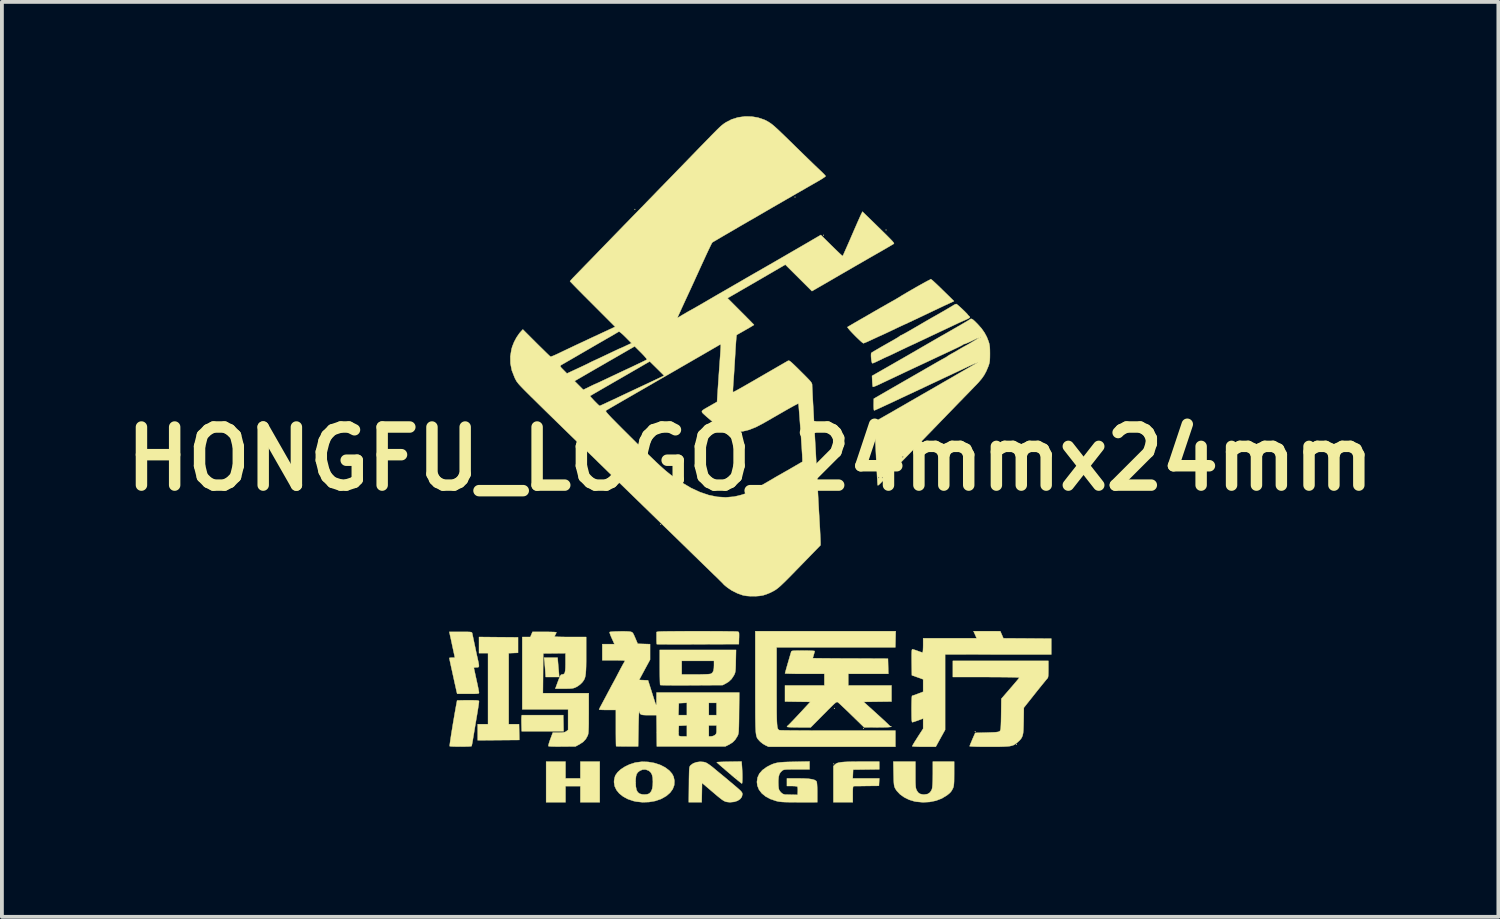
<source format=kicad_pcb>
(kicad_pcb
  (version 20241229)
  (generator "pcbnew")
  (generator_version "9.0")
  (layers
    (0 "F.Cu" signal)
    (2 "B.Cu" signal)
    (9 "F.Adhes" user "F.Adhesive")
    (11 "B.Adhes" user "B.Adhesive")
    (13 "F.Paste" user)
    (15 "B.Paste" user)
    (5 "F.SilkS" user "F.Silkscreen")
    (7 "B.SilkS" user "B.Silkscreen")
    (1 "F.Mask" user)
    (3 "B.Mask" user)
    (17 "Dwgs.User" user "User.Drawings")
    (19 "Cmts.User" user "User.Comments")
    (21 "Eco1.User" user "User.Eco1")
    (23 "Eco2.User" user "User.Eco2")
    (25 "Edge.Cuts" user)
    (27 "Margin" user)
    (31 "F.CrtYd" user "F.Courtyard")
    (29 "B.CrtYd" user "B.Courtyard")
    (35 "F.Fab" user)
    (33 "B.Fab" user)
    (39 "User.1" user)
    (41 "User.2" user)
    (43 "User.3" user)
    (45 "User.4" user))
  (footprint "HONGFU_LOGO_24mmx24mm"
    (layer "F.Cu")
    (at 16.626 8.985)
    (property "Reference" "HONGFU_LOGO_24mmx24mm" (at 0 0 0) (layer "F.SilkS") (effects (font (size 1.524 1.524) (thickness 0.3))))
    (attr through_hole)
    (fp_poly (pts (xy -3.014 -6.545) (xy -3.023 -6.536) (xy -3.031 -6.545) (xy -3.023 -6.553) (xy -3.014 -6.545)) (stroke (width 0.01) (type solid)) (fill yes) (layer "F.SilkS"))
    (fp_poly (pts (xy -2.337 1.719) (xy -2.345 1.727) (xy -2.354 1.719) (xy -2.345 1.71) (xy -2.337 1.719)) (stroke (width 0.01) (type solid)) (fill yes) (layer "F.SilkS"))
    (fp_poly (pts (xy 1.185 -6.866) (xy 1.177 -6.858) (xy 1.168 -6.866) (xy 1.177 -6.875) (xy 1.185 -6.866)) (stroke (width 0.01) (type solid)) (fill yes) (layer "F.SilkS"))
    (fp_poly (pts (xy 1.93 -5.867) (xy 1.922 -5.859) (xy 1.913 -5.867) (xy 1.922 -5.876) (xy 1.93 -5.867)) (stroke (width 0.01) (type solid)) (fill yes) (layer "F.SilkS"))
    (fp_poly (pts (xy 2.201 8.001) (xy 2.193 8.009) (xy 2.184 8.001) (xy 2.193 7.993) (xy 2.201 8.001)) (stroke (width 0.01) (type solid)) (fill yes) (layer "F.SilkS"))
    (fp_poly (pts (xy 2.218 6.545) (xy 2.21 6.553) (xy 2.201 6.545) (xy 2.21 6.536) (xy 2.218 6.545)) (stroke (width 0.01) (type solid)) (fill yes) (layer "F.SilkS"))
    (fp_poly (pts (xy 2.98 7.07) (xy 2.972 7.078) (xy 2.963 7.07) (xy 2.972 7.061) (xy 2.98 7.07)) (stroke (width 0.01) (type solid)) (fill yes) (layer "F.SilkS"))
    (fp_poly (pts (xy 3.573 -6.003) (xy 3.564 -5.994) (xy 3.556 -6.003) (xy 3.564 -6.011) (xy 3.573 -6.003)) (stroke (width 0.01) (type solid)) (fill yes) (layer "F.SilkS"))
    (fp_poly (pts (xy 5.91 7.154) (xy 5.901 7.163) (xy 5.893 7.154) (xy 5.901 7.146) (xy 5.91 7.154)) (stroke (width 0.01) (type solid)) (fill yes) (layer "F.SilkS"))
    (fp_poly (pts (xy 6.993 7.493) (xy 6.985 7.501) (xy 6.977 7.493) (xy 6.985 7.485) (xy 6.993 7.493)) (stroke (width 0.01) (type solid)) (fill yes) (layer "F.SilkS"))
    (fp_poly (pts (xy -4.843 8.382) (xy -4.453 8.382) (xy -4.453 7.942) (xy -3.945 7.942) (xy -3.945 9.009) (xy -4.453 9.009) (xy -4.453 8.585) (xy -4.843 8.585) (xy -4.843 9.009) (xy -5.351 9.009) (xy -5.351 7.942) (xy -4.843 7.942) (xy -4.843 8.382)) (stroke (width 0.01) (type solid)) (fill yes) (layer "F.SilkS"))
    (fp_poly (pts (xy -5.04 5.342) (xy -5.033 5.43) (xy -5.024 5.527) (xy -5.018 5.596) (xy -5.008 5.723) (xy -5.363 5.723) (xy -5.374 5.558) (xy -5.38 5.475) (xy -5.387 5.392) (xy -5.393 5.325) (xy -5.396 5.304) (xy -5.406 5.215) (xy -5.051 5.215) (xy -5.04 5.342)) (stroke (width 0.01) (type solid)) (fill yes) (layer "F.SilkS"))
    (fp_poly (pts (xy -5.629 6.722) (xy -5.502 6.722) (xy -5.436 6.722) (xy -4.902 6.722) (xy -4.897 6.934) (xy -4.893 7.146) (xy -5.992 7.146) (xy -5.998 6.934) (xy -5.999 6.839) (xy -5.997 6.771) (xy -5.991 6.731) (xy -5.986 6.722) (xy -5.965 6.722) (xy -5.915 6.722) (xy -5.84 6.722) (xy -5.743 6.722) (xy -5.629 6.722)) (stroke (width 0.01) (type solid)) (fill yes) (layer "F.SilkS"))
    (fp_poly (pts (xy -6.6 4.678) (xy -6.088 4.682) (xy -6.088 5.088) (xy -6.21 5.093) (xy -6.333 5.098) (xy -6.333 6.96) (xy -6.062 6.96) (xy -6.059 7.104) (xy -6.058 7.179) (xy -6.056 7.25) (xy -6.055 7.303) (xy -6.055 7.311) (xy -6.054 7.374) (xy -7.146 7.383) (xy -7.146 6.96) (xy -6.875 6.96) (xy -6.875 5.097) (xy -7.112 5.097) (xy -7.112 4.673) (xy -6.6 4.678)) (stroke (width 0.01) (type solid)) (fill yes) (layer "F.SilkS"))
    (fp_poly (pts (xy 3.387 8.144) (xy 2.701 8.153) (xy 2.691 8.382) (xy 3.388 8.382) (xy 3.383 8.479) (xy 3.378 8.577) (xy 3.065 8.58) (xy 2.964 8.582) (xy 2.873 8.583) (xy 2.798 8.584) (xy 2.746 8.584) (xy 2.722 8.585) (xy 2.71 8.588) (xy 2.701 8.601) (xy 2.696 8.629) (xy 2.693 8.678) (xy 2.692 8.752) (xy 2.692 8.797) (xy 2.692 9.009) (xy 2.184 9.009) (xy 2.184 8.059) (xy 2.224 8.019) (xy 2.25 7.998) (xy 2.283 7.981) (xy 2.328 7.968) (xy 2.388 7.958) (xy 2.467 7.951) (xy 2.567 7.946) (xy 2.692 7.943) (xy 2.847 7.942) (xy 2.913 7.942) (xy 3.387 7.942) (xy 3.387 8.144)) (stroke (width 0.01) (type solid)) (fill yes) (layer "F.SilkS"))
    (fp_poly (pts (xy -0.214 8.08) (xy -0.209 8.173) (xy -0.205 8.265) (xy -0.204 8.351) (xy -0.205 8.425) (xy -0.208 8.481) (xy -0.213 8.513) (xy -0.217 8.517) (xy -0.233 8.507) (xy -0.271 8.477) (xy -0.328 8.431) (xy -0.399 8.372) (xy -0.418 8.357) (xy -0.373 8.357) (xy -0.364 8.365) (xy -0.356 8.357) (xy -0.364 8.348) (xy -0.373 8.357) (xy -0.418 8.357) (xy -0.482 8.303) (xy -0.551 8.244) (xy -0.64 8.168) (xy -0.719 8.1) (xy -0.786 8.042) (xy -0.837 7.997) (xy -0.868 7.968) (xy -0.877 7.959) (xy -0.862 7.956) (xy -0.819 7.952) (xy -0.751 7.949) (xy -0.666 7.946) (xy -0.566 7.944) (xy -0.553 7.944) (xy -0.225 7.939) (xy -0.214 8.08)) (stroke (width 0.01) (type solid)) (fill yes) (layer "F.SilkS"))
    (fp_poly (pts (xy -1.224 4.522) (xy -1.063 4.522) (xy -0.909 4.523) (xy -0.765 4.523) (xy -0.635 4.525) (xy -0.523 4.526) (xy -0.433 4.527) (xy -0.367 4.529) (xy -0.331 4.531) (xy -0.325 4.532) (xy -0.307 4.539) (xy -0.296 4.551) (xy -0.291 4.576) (xy -0.29 4.621) (xy -0.291 4.692) (xy -0.292 4.701) (xy -0.296 4.86) (xy -1.369 4.864) (xy -1.556 4.865) (xy -1.733 4.865) (xy -1.897 4.865) (xy -2.046 4.865) (xy -2.175 4.865) (xy -2.283 4.864) (xy -2.366 4.864) (xy -2.422 4.863) (xy -2.447 4.862) (xy -2.448 4.861) (xy -2.451 4.842) (xy -2.454 4.797) (xy -2.455 4.735) (xy -2.455 4.698) (xy -2.455 4.542) (xy -2.402 4.532) (xy -2.375 4.53) (xy -2.318 4.528) (xy -2.234 4.526) (xy -2.128 4.525) (xy -2.004 4.524) (xy -1.863 4.523) (xy -1.712 4.522) (xy -1.552 4.522) (xy -1.389 4.522) (xy -1.224 4.522)) (stroke (width 0.01) (type solid)) (fill yes) (layer "F.SilkS"))
    (fp_poly (pts (xy -0.376 5.304) (xy -0.378 5.411) (xy -0.381 5.491) (xy -0.385 5.549) (xy -0.391 5.591) (xy -0.4 5.625) (xy -0.413 5.655) (xy -0.426 5.681) (xy -0.488 5.775) (xy -0.564 5.847) (xy -0.643 5.895) (xy -0.72 5.935) (xy -1.533 5.94) (xy -1.696 5.941) (xy -1.848 5.941) (xy -1.987 5.941) (xy -2.109 5.94) (xy -2.21 5.939) (xy -2.288 5.937) (xy -2.338 5.935) (xy -2.359 5.933) (xy -2.359 5.933) (xy -2.362 5.914) (xy -2.365 5.865) (xy -2.367 5.791) (xy -2.369 5.697) (xy -2.37 5.588) (xy -2.371 5.467) (xy -2.371 5.3) (xy -1.795 5.3) (xy -1.795 5.656) (xy -1.432 5.656) (xy -1.295 5.655) (xy -1.183 5.652) (xy -1.099 5.648) (xy -1.045 5.642) (xy -1.027 5.637) (xy -0.989 5.609) (xy -0.964 5.562) (xy -0.951 5.493) (xy -0.948 5.418) (xy -0.948 5.3) (xy -1.795 5.3) (xy -2.371 5.3) (xy -2.371 5.012) (xy -0.37 5.012) (xy -0.376 5.304)) (stroke (width 0.01) (type solid)) (fill yes) (layer "F.SilkS"))
    (fp_poly (pts (xy -7.295 6.333) (xy -7.219 6.334) (xy -7.168 6.336) (xy -7.136 6.34) (xy -7.12 6.347) (xy -7.113 6.356) (xy -7.112 6.369) (xy -7.115 6.395) (xy -7.122 6.449) (xy -7.134 6.527) (xy -7.149 6.623) (xy -7.167 6.732) (xy -7.181 6.813) (xy -7.202 6.937) (xy -7.222 7.059) (xy -7.241 7.173) (xy -7.257 7.271) (xy -7.27 7.345) (xy -7.274 7.373) (xy -7.286 7.441) (xy -7.297 7.496) (xy -7.305 7.53) (xy -7.307 7.536) (xy -7.326 7.54) (xy -7.372 7.544) (xy -7.438 7.547) (xy -7.517 7.548) (xy -7.603 7.549) (xy -7.687 7.548) (xy -7.765 7.547) (xy -7.827 7.544) (xy -7.869 7.54) (xy -7.882 7.536) (xy -7.881 7.517) (xy -7.875 7.469) (xy -7.865 7.396) (xy -7.851 7.304) (xy -7.835 7.196) (xy -7.815 7.077) (xy -7.795 6.951) (xy -7.773 6.824) (xy -7.752 6.699) (xy -7.731 6.581) (xy -7.713 6.479) (xy -7.701 6.416) (xy -7.692 6.368) (xy -7.688 6.342) (xy -7.688 6.34) (xy -7.672 6.337) (xy -7.627 6.336) (xy -7.56 6.334) (xy -7.475 6.333) (xy -7.4 6.333) (xy -7.295 6.333)) (stroke (width 0.01) (type solid)) (fill yes) (layer "F.SilkS"))
    (fp_poly (pts (xy -1.217 7.952) (xy -1.167 7.965) (xy -1.129 7.985) (xy -1.074 8.021) (xy -1.009 8.069) (xy -0.956 8.112) (xy -0.89 8.167) (xy -0.828 8.219) (xy -0.778 8.26) (xy -0.752 8.28) (xy -0.723 8.305) (xy -0.672 8.347) (xy -0.606 8.402) (xy -0.53 8.466) (xy -0.451 8.532) (xy -0.365 8.605) (xy -0.301 8.661) (xy -0.256 8.702) (xy -0.228 8.733) (xy -0.212 8.757) (xy -0.205 8.778) (xy -0.203 8.797) (xy -0.219 8.866) (xy -0.263 8.924) (xy -0.331 8.969) (xy -0.417 8.997) (xy -0.518 9.007) (xy -0.548 9.006) (xy -0.589 9.002) (xy -0.624 8.997) (xy -0.659 8.986) (xy -0.696 8.967) (xy -0.74 8.938) (xy -0.794 8.897) (xy -0.864 8.84) (xy -0.952 8.765) (xy -1.024 8.704) (xy -1.262 8.501) (xy -1.266 8.755) (xy -1.271 9.009) (xy -1.61 9.009) (xy -1.605 8.544) (xy -1.604 8.407) (xy -1.602 8.299) (xy -1.6 8.217) (xy -1.598 8.157) (xy -1.594 8.114) (xy -1.589 8.085) (xy -1.581 8.065) (xy -1.572 8.051) (xy -1.56 8.037) (xy -1.56 8.037) (xy -1.494 7.989) (xy -1.409 7.958) (xy -1.313 7.945) (xy -1.217 7.952)) (stroke (width 0.01) (type solid)) (fill yes) (layer "F.SilkS"))
    (fp_poly (pts (xy 4.335 8.284) (xy 4.335 8.402) (xy 4.336 8.491) (xy 4.339 8.558) (xy 4.343 8.607) (xy 4.349 8.643) (xy 4.359 8.672) (xy 4.369 8.696) (xy 4.407 8.754) (xy 4.457 8.788) (xy 4.527 8.804) (xy 4.571 8.805) (xy 4.655 8.792) (xy 4.718 8.751) (xy 4.761 8.684) (xy 4.773 8.646) (xy 4.779 8.603) (xy 4.785 8.534) (xy 4.789 8.444) (xy 4.791 8.341) (xy 4.792 8.256) (xy 4.792 7.942) (xy 5.351 7.942) (xy 5.351 8.259) (xy 5.35 8.374) (xy 5.349 8.46) (xy 5.345 8.524) (xy 5.34 8.57) (xy 5.333 8.605) (xy 5.323 8.634) (xy 5.318 8.644) (xy 5.29 8.698) (xy 5.261 8.739) (xy 5.224 8.776) (xy 5.168 8.821) (xy 5.16 8.827) (xy 5.027 8.908) (xy 4.875 8.966) (xy 4.708 9) (xy 4.533 9.009) (xy 4.356 8.993) (xy 4.305 8.983) (xy 4.168 8.941) (xy 4.041 8.878) (xy 3.931 8.799) (xy 3.845 8.708) (xy 3.805 8.646) (xy 3.792 8.618) (xy 3.782 8.588) (xy 3.775 8.55) (xy 3.77 8.498) (xy 3.766 8.428) (xy 3.764 8.332) (xy 3.762 8.259) (xy 3.756 7.942) (xy 4.335 7.942) (xy 4.335 8.284)) (stroke (width 0.01) (type solid)) (fill yes) (layer "F.SilkS"))
    (fp_poly (pts (xy 3.813 4.733) (xy 3.808 4.945) (xy 0.694 4.945) (xy 0.694 5.978) (xy 0.694 6.199) (xy 0.695 6.389) (xy 0.695 6.55) (xy 0.696 6.684) (xy 0.698 6.795) (xy 0.701 6.884) (xy 0.705 6.954) (xy 0.71 7.007) (xy 0.716 7.046) (xy 0.724 7.074) (xy 0.734 7.093) (xy 0.745 7.105) (xy 0.759 7.113) (xy 0.771 7.118) (xy 0.792 7.12) (xy 0.844 7.121) (xy 0.925 7.123) (xy 1.032 7.124) (xy 1.164 7.125) (xy 1.317 7.126) (xy 1.489 7.127) (xy 1.678 7.128) (xy 1.881 7.129) (xy 2.095 7.129) (xy 2.304 7.129) (xy 3.81 7.129) (xy 3.81 7.552) (xy 2.146 7.552) (xy 0.483 7.552) (xy 0.398 7.512) (xy 0.335 7.475) (xy 0.272 7.425) (xy 0.25 7.403) (xy 0.23 7.381) (xy 0.212 7.361) (xy 0.196 7.342) (xy 0.183 7.32) (xy 0.172 7.294) (xy 0.163 7.261) (xy 0.155 7.219) (xy 0.149 7.166) (xy 0.145 7.099) (xy 0.141 7.016) (xy 0.139 6.915) (xy 0.137 6.793) (xy 0.136 6.648) (xy 0.136 6.478) (xy 0.135 6.28) (xy 0.135 6.053) (xy 0.135 5.865) (xy 0.135 4.521) (xy 1.977 4.521) (xy 3.818 4.521) (xy 3.813 4.733)) (stroke (width 0.01) (type solid)) (fill yes) (layer "F.SilkS"))
    (fp_poly (pts (xy -2.677 7.95) (xy -2.518 7.977) (xy -2.367 8.025) (xy -2.233 8.092) (xy -2.121 8.176) (xy -2.117 8.181) (xy -2.049 8.258) (xy -2.008 8.337) (xy -1.988 8.431) (xy -1.986 8.45) (xy -1.992 8.56) (xy -2.031 8.663) (xy -2.1 8.758) (xy -2.198 8.843) (xy -2.324 8.915) (xy -2.34 8.923) (xy -2.488 8.974) (xy -2.651 9.002) (xy -2.822 9.008) (xy -2.989 8.99) (xy -3.062 8.974) (xy -3.207 8.925) (xy -3.331 8.858) (xy -3.432 8.778) (xy -3.507 8.686) (xy -3.554 8.585) (xy -3.569 8.484) (xy -3.004 8.484) (xy -2.998 8.599) (xy -2.98 8.686) (xy -2.947 8.746) (xy -2.898 8.784) (xy -2.829 8.802) (xy -2.776 8.805) (xy -2.705 8.8) (xy -2.656 8.784) (xy -2.637 8.771) (xy -2.596 8.724) (xy -2.569 8.656) (xy -2.554 8.562) (xy -2.551 8.467) (xy -2.556 8.363) (xy -2.574 8.286) (xy -2.605 8.228) (xy -2.652 8.185) (xy -2.664 8.178) (xy -2.742 8.149) (xy -2.823 8.152) (xy -2.897 8.184) (xy -2.943 8.221) (xy -2.975 8.265) (xy -2.993 8.323) (xy -3.002 8.402) (xy -3.004 8.484) (xy -3.569 8.484) (xy -3.57 8.477) (xy -3.567 8.431) (xy -3.556 8.371) (xy -3.539 8.315) (xy -3.532 8.3) (xy -3.474 8.219) (xy -3.389 8.142) (xy -3.282 8.073) (xy -3.161 8.015) (xy -3.031 7.973) (xy -2.997 7.965) (xy -2.839 7.945) (xy -2.677 7.95)) (stroke (width 0.01) (type solid)) (fill yes) (layer "F.SilkS"))
    (fp_poly (pts (xy -7.489 4.538) (xy -7.411 4.539) (xy -7.358 4.541) (xy -7.324 4.545) (xy -7.305 4.551) (xy -7.295 4.561) (xy -7.291 4.574) (xy -7.29 4.576) (xy -7.284 4.606) (xy -7.272 4.662) (xy -7.256 4.737) (xy -7.238 4.824) (xy -7.23 4.86) (xy -7.208 4.963) (xy -7.186 5.069) (xy -7.165 5.167) (xy -7.147 5.245) (xy -7.145 5.255) (xy -7.126 5.342) (xy -7.116 5.402) (xy -7.114 5.439) (xy -7.123 5.46) (xy -7.142 5.468) (xy -7.173 5.469) (xy -7.18 5.469) (xy -7.222 5.472) (xy -7.246 5.477) (xy -7.247 5.479) (xy -7.244 5.497) (xy -7.234 5.544) (xy -7.219 5.612) (xy -7.201 5.698) (xy -7.18 5.793) (xy -7.158 5.892) (xy -7.139 5.982) (xy -7.125 6.055) (xy -7.115 6.107) (xy -7.112 6.131) (xy -7.114 6.143) (xy -7.122 6.152) (xy -7.142 6.157) (xy -7.179 6.161) (xy -7.236 6.163) (xy -7.319 6.164) (xy -7.398 6.164) (xy -7.684 6.164) (xy -7.694 6.122) (xy -7.702 6.092) (xy -7.714 6.035) (xy -7.731 5.959) (xy -7.752 5.867) (xy -7.774 5.766) (xy -7.797 5.66) (xy -7.82 5.555) (xy -7.842 5.456) (xy -7.861 5.368) (xy -7.876 5.297) (xy -7.886 5.247) (xy -7.891 5.225) (xy -7.891 5.224) (xy -7.876 5.219) (xy -7.838 5.216) (xy -7.817 5.215) (xy -7.744 5.215) (xy -7.809 4.915) (xy -7.83 4.816) (xy -7.849 4.726) (xy -7.866 4.652) (xy -7.877 4.6) (xy -7.882 4.576) (xy -7.892 4.538) (xy -7.595 4.538) (xy -7.489 4.538)) (stroke (width 0.01) (type solid)) (fill yes) (layer "F.SilkS"))
    (fp_poly (pts (xy 6.562 4.522) (xy 6.602 4.614) (xy 6.642 4.707) (xy 7.271 4.711) (xy 7.899 4.716) (xy 7.899 5.132) (xy 5.114 5.13) (xy 5.114 7.108) (xy 4.991 7.33) (xy 4.869 7.552) (xy 4.56 7.552) (xy 4.462 7.552) (xy 4.376 7.549) (xy 4.309 7.546) (xy 4.265 7.542) (xy 4.25 7.538) (xy 4.259 7.52) (xy 4.283 7.478) (xy 4.319 7.418) (xy 4.365 7.346) (xy 4.394 7.3) (xy 4.538 7.077) (xy 4.538 6.811) (xy 4.407 6.86) (xy 4.344 6.882) (xy 4.291 6.9) (xy 4.259 6.908) (xy 4.254 6.909) (xy 4.247 6.901) (xy 4.241 6.875) (xy 4.237 6.828) (xy 4.235 6.756) (xy 4.234 6.655) (xy 4.233 6.562) (xy 4.234 6.452) (xy 4.236 6.358) (xy 4.239 6.284) (xy 4.243 6.235) (xy 4.248 6.215) (xy 4.249 6.215) (xy 4.271 6.209) (xy 4.316 6.194) (xy 4.376 6.172) (xy 4.401 6.162) (xy 4.538 6.11) (xy 4.538 5.946) (xy 4.538 5.783) (xy 4.39 5.73) (xy 4.242 5.678) (xy 4.237 5.337) (xy 4.236 5.219) (xy 4.236 5.13) (xy 4.238 5.068) (xy 4.241 5.027) (xy 4.246 5.005) (xy 4.253 4.996) (xy 4.256 4.995) (xy 4.283 5.001) (xy 4.332 5.016) (xy 4.391 5.037) (xy 4.393 5.038) (xy 4.451 5.059) (xy 4.497 5.074) (xy 4.521 5.08) (xy 4.522 5.08) (xy 4.529 5.064) (xy 4.534 5.019) (xy 4.537 4.951) (xy 4.538 4.894) (xy 4.538 4.707) (xy 5.942 4.707) (xy 5.901 4.614) (xy 5.859 4.521) (xy 6.562 4.522)) (stroke (width 0.01) (type solid)) (fill yes) (layer "F.SilkS"))
    (fp_poly (pts (xy 1.558 8.145) (xy 1.221 8.145) (xy 1.106 8.145) (xy 1.019 8.146) (xy 0.956 8.148) (xy 0.912 8.152) (xy 0.882 8.158) (xy 0.861 8.166) (xy 0.843 8.178) (xy 0.84 8.18) (xy 0.796 8.223) (xy 0.766 8.274) (xy 0.748 8.341) (xy 0.74 8.429) (xy 0.739 8.483) (xy 0.742 8.579) (xy 0.75 8.65) (xy 0.761 8.687) (xy 0.804 8.747) (xy 0.857 8.789) (xy 0.909 8.806) (xy 0.911 8.806) (xy 0.949 8.807) (xy 1.01 8.808) (xy 1.081 8.81) (xy 1.101 8.81) (xy 1.245 8.814) (xy 1.25 8.714) (xy 1.25 8.658) (xy 1.245 8.615) (xy 1.239 8.598) (xy 1.215 8.59) (xy 1.167 8.584) (xy 1.104 8.582) (xy 1.094 8.582) (xy 0.965 8.582) (xy 0.965 8.382) (xy 1.258 8.382) (xy 1.409 8.384) (xy 1.529 8.391) (xy 1.62 8.404) (xy 1.686 8.422) (xy 1.727 8.446) (xy 1.744 8.466) (xy 1.75 8.494) (xy 1.755 8.549) (xy 1.759 8.624) (xy 1.761 8.712) (xy 1.761 8.753) (xy 1.761 9.009) (xy 1.283 9.008) (xy 1.137 9.007) (xy 1.021 9.006) (xy 0.929 9.004) (xy 0.857 9.001) (xy 0.799 8.996) (xy 0.752 8.99) (xy 0.71 8.981) (xy 0.681 8.974) (xy 0.531 8.923) (xy 0.406 8.856) (xy 0.306 8.774) (xy 0.233 8.679) (xy 0.19 8.573) (xy 0.178 8.475) (xy 0.194 8.361) (xy 0.242 8.257) (xy 0.322 8.165) (xy 0.434 8.084) (xy 0.469 8.065) (xy 0.533 8.032) (xy 0.592 8.006) (xy 0.649 7.987) (xy 0.712 7.972) (xy 0.785 7.962) (xy 0.874 7.955) (xy 0.985 7.95) (xy 1.124 7.947) (xy 1.156 7.946) (xy 1.558 7.938) (xy 1.558 8.145)) (stroke (width 0.01) (type solid)) (fill yes) (layer "F.SilkS"))
    (fp_poly (pts (xy 4.746 -4.709) (xy 4.767 -4.694) (xy 4.799 -4.667) (xy 4.843 -4.626) (xy 4.903 -4.57) (xy 4.98 -4.496) (xy 5.075 -4.403) (xy 5.193 -4.288) (xy 5.242 -4.24) (xy 5.348 -4.136) (xy 5.21 -4.072) (xy 5.088 -4.016) (xy 4.945 -3.948) (xy 4.787 -3.873) (xy 4.623 -3.795) (xy 4.547 -3.759) (xy 4.351 -3.666) (xy 4.141 -3.568) (xy 4.005 -3.505) (xy 3.959 -3.484) (xy 3.891 -3.452) (xy 3.808 -3.413) (xy 3.718 -3.37) (xy 3.677 -3.35) (xy 3.594 -3.311) (xy 3.522 -3.277) (xy 3.468 -3.252) (xy 3.435 -3.237) (xy 3.428 -3.234) (xy 3.411 -3.227) (xy 3.37 -3.209) (xy 3.309 -3.18) (xy 3.235 -3.146) (xy 3.207 -3.133) (xy 3.128 -3.096) (xy 3.059 -3.065) (xy 3.005 -3.043) (xy 2.974 -3.032) (xy 2.97 -3.031) (xy 2.951 -3.043) (xy 2.913 -3.074) (xy 2.86 -3.123) (xy 2.796 -3.184) (xy 2.743 -3.237) (xy 2.677 -3.305) (xy 2.621 -3.365) (xy 2.58 -3.413) (xy 2.556 -3.445) (xy 2.552 -3.456) (xy 2.568 -3.466) (xy 2.611 -3.491) (xy 2.675 -3.529) (xy 2.757 -3.577) (xy 2.854 -3.633) (xy 2.962 -3.695) (xy 3.077 -3.761) (xy 3.194 -3.829) (xy 3.312 -3.897) (xy 3.425 -3.962) (xy 3.531 -4.022) (xy 3.625 -4.076) (xy 3.703 -4.12) (xy 3.763 -4.153) (xy 3.776 -4.161) (xy 3.835 -4.195) (xy 3.894 -4.23) (xy 3.912 -4.241) (xy 3.971 -4.278) (xy 4.047 -4.323) (xy 4.135 -4.375) (xy 4.23 -4.43) (xy 4.327 -4.486) (xy 4.422 -4.54) (xy 4.511 -4.589) (xy 4.588 -4.632) (xy 4.649 -4.665) (xy 4.689 -4.685) (xy 4.703 -4.691) (xy 4.725 -4.704) (xy 4.73 -4.712) (xy 4.735 -4.714) (xy 4.746 -4.709)) (stroke (width 0.01) (type solid)) (fill yes) (layer "F.SilkS"))
    (fp_poly (pts (xy 7.823 5.518) (xy 7.822 5.617) (xy 7.819 5.686) (xy 7.813 5.729) (xy 7.803 5.752) (xy 7.8 5.755) (xy 7.784 5.773) (xy 7.75 5.814) (xy 7.701 5.874) (xy 7.639 5.95) (xy 7.568 6.038) (xy 7.49 6.136) (xy 7.478 6.151) (xy 7.179 6.528) (xy 7.174 6.875) (xy 7.171 7.008) (xy 7.167 7.112) (xy 7.16 7.192) (xy 7.147 7.255) (xy 7.128 7.304) (xy 7.102 7.346) (xy 7.067 7.386) (xy 7.02 7.429) (xy 7.019 7.43) (xy 6.981 7.463) (xy 6.945 7.488) (xy 6.907 7.509) (xy 6.863 7.524) (xy 6.809 7.536) (xy 6.741 7.543) (xy 6.654 7.548) (xy 6.545 7.551) (xy 6.41 7.552) (xy 6.271 7.552) (xy 6.143 7.552) (xy 6.026 7.551) (xy 5.926 7.549) (xy 5.845 7.546) (xy 5.789 7.543) (xy 5.76 7.539) (xy 5.757 7.538) (xy 5.764 7.517) (xy 5.781 7.473) (xy 5.807 7.412) (xy 5.83 7.356) (xy 5.904 7.188) (xy 6.211 7.18) (xy 6.323 7.176) (xy 6.405 7.173) (xy 6.464 7.168) (xy 6.504 7.162) (xy 6.529 7.154) (xy 6.545 7.144) (xy 6.548 7.141) (xy 6.558 7.129) (xy 6.565 7.11) (xy 6.571 7.08) (xy 6.575 7.036) (xy 6.578 6.973) (xy 6.581 6.887) (xy 6.583 6.773) (xy 6.584 6.702) (xy 6.589 6.293) (xy 6.745 6.113) (xy 6.837 6.006) (xy 6.91 5.922) (xy 6.965 5.857) (xy 7.005 5.81) (xy 7.032 5.777) (xy 7.048 5.756) (xy 7.056 5.743) (xy 7.058 5.739) (xy 7.043 5.736) (xy 6.996 5.733) (xy 6.92 5.73) (xy 6.817 5.728) (xy 6.69 5.726) (xy 6.54 5.725) (xy 6.37 5.724) (xy 6.191 5.723) (xy 5.317 5.723) (xy 5.317 5.3) (xy 7.823 5.3) (xy 7.823 5.518)) (stroke (width 0.01) (type solid)) (fill yes) (layer "F.SilkS"))
    (fp_poly (pts (xy -5.296 4.539) (xy -5.209 4.541) (xy -5.141 4.543) (xy -5.097 4.547) (xy -5.081 4.551) (xy -5.081 4.551) (xy -5.089 4.573) (xy -5.105 4.606) (xy -5.123 4.641) (xy -5.13 4.661) (xy -5.114 4.664) (xy -5.069 4.668) (xy -4.999 4.67) (xy -4.909 4.672) (xy -4.803 4.673) (xy -4.716 4.674) (xy -4.301 4.674) (xy -4.301 5.153) (xy -4.301 5.313) (xy -4.303 5.442) (xy -4.307 5.546) (xy -4.313 5.629) (xy -4.322 5.694) (xy -4.335 5.746) (xy -4.353 5.789) (xy -4.376 5.826) (xy -4.404 5.863) (xy -4.411 5.871) (xy -4.462 5.92) (xy -4.526 5.966) (xy -4.558 5.984) (xy -4.596 6.002) (xy -4.632 6.014) (xy -4.672 6.022) (xy -4.724 6.026) (xy -4.796 6.028) (xy -4.878 6.028) (xy -5.11 6.028) (xy -5.042 5.842) (xy -5.011 5.761) (xy -4.989 5.707) (xy -4.97 5.675) (xy -4.954 5.66) (xy -4.936 5.656) (xy -4.936 5.656) (xy -4.903 5.652) (xy -4.878 5.637) (xy -4.861 5.608) (xy -4.851 5.559) (xy -4.845 5.486) (xy -4.843 5.385) (xy -4.843 5.346) (xy -4.843 5.099) (xy -5.427 5.105) (xy -5.436 6.147) (xy -4.233 6.147) (xy -4.233 6.67) (xy -4.234 6.822) (xy -4.234 6.944) (xy -4.236 7.04) (xy -4.239 7.113) (xy -4.242 7.168) (xy -4.247 7.209) (xy -4.254 7.238) (xy -4.26 7.257) (xy -4.31 7.349) (xy -4.377 7.422) (xy -4.47 7.484) (xy -4.475 7.487) (xy -4.58 7.544) (xy -4.931 7.547) (xy -5.05 7.548) (xy -5.149 7.547) (xy -5.225 7.544) (xy -5.274 7.54) (xy -5.292 7.535) (xy -5.291 7.513) (xy -5.279 7.467) (xy -5.259 7.404) (xy -5.239 7.349) (xy -5.176 7.18) (xy -5.02 7.18) (xy -4.942 7.179) (xy -4.89 7.174) (xy -4.854 7.165) (xy -4.826 7.15) (xy -4.82 7.145) (xy -4.775 7.11) (xy -4.775 6.57) (xy -5.977 6.57) (xy -5.977 4.674) (xy -5.872 4.673) (xy -5.766 4.673) (xy -5.737 4.606) (xy -5.709 4.538) (xy -5.395 4.538) (xy -5.296 4.539)) (stroke (width 0.01) (type solid)) (fill yes) (layer "F.SilkS"))
    (fp_poly (pts (xy 5.41 -4.061) (xy 5.429 -4.048) (xy 5.465 -4.018) (xy 5.513 -3.975) (xy 5.566 -3.926) (xy 5.617 -3.877) (xy 5.662 -3.832) (xy 5.694 -3.799) (xy 5.707 -3.781) (xy 5.707 -3.781) (xy 5.718 -3.766) (xy 5.742 -3.744) (xy 5.761 -3.726) (xy 5.764 -3.711) (xy 5.748 -3.694) (xy 5.708 -3.672) (xy 5.643 -3.642) (xy 5.622 -3.633) (xy 5.558 -3.605) (xy 5.476 -3.568) (xy 5.39 -3.527) (xy 5.342 -3.505) (xy 5.256 -3.464) (xy 5.164 -3.421) (xy 5.082 -3.382) (xy 5.046 -3.365) (xy 4.975 -3.332) (xy 4.887 -3.29) (xy 4.795 -3.247) (xy 4.741 -3.222) (xy 4.609 -3.159) (xy 4.503 -3.109) (xy 4.419 -3.07) (xy 4.353 -3.038) (xy 4.299 -3.013) (xy 4.254 -2.993) (xy 4.216 -2.975) (xy 4.17 -2.954) (xy 4.1 -2.921) (xy 4.014 -2.88) (xy 3.92 -2.835) (xy 3.855 -2.804) (xy 3.768 -2.762) (xy 3.692 -2.726) (xy 3.632 -2.698) (xy 3.593 -2.681) (xy 3.58 -2.675) (xy 3.563 -2.668) (xy 3.522 -2.649) (xy 3.464 -2.621) (xy 3.402 -2.591) (xy 3.331 -2.557) (xy 3.271 -2.529) (xy 3.227 -2.511) (xy 3.209 -2.506) (xy 3.195 -2.522) (xy 3.183 -2.57) (xy 3.175 -2.635) (xy 3.171 -2.698) (xy 3.172 -2.748) (xy 3.176 -2.776) (xy 3.178 -2.777) (xy 3.2 -2.793) (xy 3.249 -2.823) (xy 3.322 -2.866) (xy 3.416 -2.921) (xy 3.528 -2.985) (xy 3.655 -3.057) (xy 3.708 -3.087) (xy 3.784 -3.13) (xy 3.849 -3.169) (xy 3.897 -3.199) (xy 3.923 -3.217) (xy 3.926 -3.22) (xy 3.943 -3.234) (xy 3.945 -3.234) (xy 3.968 -3.243) (xy 4.02 -3.27) (xy 4.099 -3.313) (xy 4.206 -3.374) (xy 4.34 -3.452) (xy 4.437 -3.508) (xy 4.525 -3.56) (xy 4.609 -3.609) (xy 4.682 -3.651) (xy 4.737 -3.683) (xy 4.758 -3.695) (xy 4.876 -3.761) (xy 4.989 -3.826) (xy 5.094 -3.886) (xy 5.186 -3.94) (xy 5.26 -3.984) (xy 5.314 -4.016) (xy 5.339 -4.033) (xy 5.378 -4.054) (xy 5.408 -4.061) (xy 5.41 -4.061)) (stroke (width 0.01) (type solid)) (fill yes) (layer "F.SilkS"))
    (fp_poly (pts (xy 1.487 5.03) (xy 1.571 5.032) (xy 1.637 5.035) (xy 1.68 5.039) (xy 1.693 5.043) (xy 1.689 5.067) (xy 1.677 5.11) (xy 1.668 5.141) (xy 1.654 5.189) (xy 1.645 5.221) (xy 1.643 5.228) (xy 1.659 5.229) (xy 1.706 5.23) (xy 1.782 5.231) (xy 1.882 5.232) (xy 2.004 5.233) (xy 2.145 5.234) (xy 2.302 5.235) (xy 2.473 5.236) (xy 2.629 5.236) (xy 3.615 5.241) (xy 3.625 5.639) (xy 2.574 5.639) (xy 2.574 5.944) (xy 3.708 5.944) (xy 3.708 6.366) (xy 2.977 6.375) (xy 3.296 6.663) (xy 3.385 6.744) (xy 3.467 6.819) (xy 3.538 6.884) (xy 3.594 6.937) (xy 3.632 6.974) (xy 3.646 6.989) (xy 3.674 7.013) (xy 3.695 7.016) (xy 3.706 7.016) (xy 3.702 7.025) (xy 3.684 7.032) (xy 3.641 7.037) (xy 3.571 7.041) (xy 3.47 7.043) (xy 3.339 7.044) (xy 2.989 7.043) (xy 2.667 6.73) (xy 2.579 6.644) (xy 2.497 6.566) (xy 2.425 6.498) (xy 2.367 6.443) (xy 2.325 6.405) (xy 2.305 6.389) (xy 2.293 6.381) (xy 2.281 6.378) (xy 2.266 6.382) (xy 2.244 6.395) (xy 2.214 6.419) (xy 2.172 6.458) (xy 2.116 6.513) (xy 2.041 6.587) (xy 1.947 6.683) (xy 1.927 6.702) (xy 1.589 7.044) (xy 1.277 7.044) (xy 1.168 7.043) (xy 1.078 7.041) (xy 1.013 7.037) (xy 0.974 7.032) (xy 0.965 7.028) (xy 0.978 7.006) (xy 0.988 6.999) (xy 1.006 6.983) (xy 1.043 6.946) (xy 1.096 6.891) (xy 1.162 6.822) (xy 1.237 6.742) (xy 1.295 6.68) (xy 1.578 6.375) (xy 1.246 6.371) (xy 0.914 6.366) (xy 0.914 5.944) (xy 1.947 5.944) (xy 1.947 5.639) (xy 1.431 5.639) (xy 1.303 5.638) (xy 1.186 5.638) (xy 1.085 5.636) (xy 1.004 5.634) (xy 0.946 5.632) (xy 0.917 5.629) (xy 0.914 5.628) (xy 0.919 5.61) (xy 0.931 5.566) (xy 0.949 5.501) (xy 0.971 5.423) (xy 0.996 5.337) (xy 1.021 5.25) (xy 1.045 5.168) (xy 1.066 5.097) (xy 1.077 5.059) (xy 1.083 5.048) (xy 1.097 5.04) (xy 1.123 5.035) (xy 1.166 5.032) (xy 1.231 5.03) (xy 1.322 5.029) (xy 1.39 5.029) (xy 1.487 5.03)) (stroke (width 0.01) (type solid)) (fill yes) (layer "F.SilkS"))
    (fp_poly (pts (xy -3.301 4.525) (xy -3.229 4.527) (xy -3.174 4.53) (xy -3.152 4.533) (xy -3.119 4.54) (xy -3.094 4.551) (xy -3.075 4.571) (xy -3.054 4.608) (xy -3.028 4.667) (xy -3.014 4.699) (xy -2.949 4.851) (xy -2.787 4.856) (xy -2.625 4.861) (xy -2.625 5.268) (xy -2.769 5.534) (xy -2.912 5.8) (xy -2.678 5.81) (xy -2.591 6.084) (xy -2.55 6.214) (xy -2.518 6.314) (xy -2.495 6.385) (xy -2.478 6.431) (xy -2.467 6.453) (xy -2.461 6.453) (xy -2.458 6.433) (xy -2.457 6.396) (xy -2.457 6.343) (xy -2.457 6.312) (xy -2.455 6.13) (xy -0.285 6.13) (xy -0.291 6.668) (xy -0.292 6.817) (xy -0.294 6.937) (xy -0.296 7.03) (xy -0.299 7.102) (xy -0.302 7.156) (xy -0.307 7.195) (xy -0.313 7.224) (xy -0.32 7.247) (xy -0.33 7.268) (xy -0.334 7.275) (xy -0.393 7.369) (xy -0.461 7.438) (xy -0.547 7.492) (xy -0.555 7.496) (xy -0.652 7.544) (xy -2.447 7.544) (xy -2.451 7.181) (xy -1.878 7.181) (xy -1.876 7.231) (xy -1.873 7.258) (xy -1.852 7.273) (xy -1.802 7.28) (xy -1.762 7.281) (xy -1.659 7.281) (xy -1.659 6.993) (xy -1.084 6.993) (xy -1.084 7.281) (xy -1.027 7.281) (xy -0.97 7.27) (xy -0.925 7.246) (xy -0.9 7.223) (xy -0.887 7.196) (xy -0.881 7.155) (xy -0.881 7.102) (xy -0.881 6.993) (xy -1.084 6.993) (xy -1.659 6.993) (xy -1.659 6.992) (xy -1.765 6.997) (xy -1.871 7.002) (xy -1.876 7.119) (xy -1.878 7.181) (xy -2.451 7.181) (xy -2.451 7.133) (xy -2.456 6.723) (xy -1.881 6.723) (xy -1.659 6.723) (xy -1.659 6.401) (xy -1.084 6.401) (xy -1.084 6.723) (xy -0.881 6.723) (xy -0.881 6.401) (xy -1.084 6.401) (xy -1.659 6.401) (xy -1.659 6.399) (xy -1.765 6.404) (xy -1.871 6.409) (xy -1.876 6.566) (xy -1.881 6.723) (xy -2.456 6.723) (xy -2.657 6.723) (xy -2.749 6.722) (xy -2.813 6.718) (xy -2.855 6.709) (xy -2.881 6.692) (xy -2.896 6.665) (xy -2.907 6.625) (xy -2.908 6.619) (xy -2.912 6.62) (xy -2.916 6.651) (xy -2.919 6.71) (xy -2.923 6.794) (xy -2.926 6.9) (xy -2.929 7.025) (xy -2.929 7.053) (xy -2.938 7.544) (xy -3.223 7.544) (xy -3.318 7.543) (xy -3.4 7.542) (xy -3.464 7.541) (xy -3.504 7.539) (xy -3.515 7.537) (xy -3.517 7.519) (xy -3.519 7.471) (xy -3.52 7.398) (xy -3.521 7.305) (xy -3.522 7.195) (xy -3.522 7.074) (xy -3.522 7.058) (xy -3.522 6.587) (xy -3.742 6.587) (xy -3.824 6.586) (xy -3.892 6.584) (xy -3.94 6.581) (xy -3.962 6.577) (xy -3.962 6.576) (xy -3.955 6.557) (xy -3.935 6.516) (xy -3.905 6.46) (xy -3.888 6.428) (xy -3.845 6.347) (xy -3.795 6.254) (xy -3.747 6.163) (xy -3.734 6.138) (xy -3.693 6.062) (xy -3.653 5.986) (xy -3.619 5.923) (xy -3.607 5.901) (xy -3.582 5.855) (xy -3.545 5.787) (xy -3.502 5.705) (xy -3.457 5.618) (xy -3.445 5.596) (xy -3.403 5.515) (xy -3.364 5.443) (xy -3.333 5.386) (xy -3.312 5.35) (xy -3.308 5.343) (xy -3.29 5.312) (xy -3.285 5.296) (xy -3.301 5.292) (xy -3.346 5.288) (xy -3.413 5.286) (xy -3.498 5.284) (xy -3.581 5.283) (xy -3.878 5.283) (xy -3.878 4.86) (xy -3.559 4.86) (xy -3.628 4.708) (xy -3.657 4.642) (xy -3.677 4.588) (xy -3.686 4.553) (xy -3.686 4.544) (xy -3.664 4.538) (xy -3.616 4.533) (xy -3.548 4.529) (xy -3.468 4.527) (xy -3.383 4.525) (xy -3.301 4.525)) (stroke (width 0.01) (type solid)) (fill yes) (layer "F.SilkS"))
    (fp_poly (pts (xy 5.814 -3.669) (xy 5.85 -3.647) (xy 5.899 -3.603) (xy 5.965 -3.536) (xy 5.966 -3.536) (xy 6.069 -3.42) (xy 6.147 -3.309) (xy 6.208 -3.196) (xy 6.25 -3.089) (xy 6.268 -3.034) (xy 6.279 -2.982) (xy 6.286 -2.925) (xy 6.289 -2.853) (xy 6.29 -2.757) (xy 6.29 -2.752) (xy 6.289 -2.657) (xy 6.286 -2.587) (xy 6.279 -2.533) (xy 6.268 -2.486) (xy 6.251 -2.436) (xy 6.242 -2.413) (xy 6.193 -2.297) (xy 6.139 -2.197) (xy 6.075 -2.105) (xy 5.994 -2.009) (xy 5.936 -1.947) (xy 5.877 -1.887) (xy 5.801 -1.808) (xy 5.713 -1.717) (xy 5.619 -1.621) (xy 5.526 -1.525) (xy 5.493 -1.492) (xy 5.407 -1.403) (xy 5.323 -1.316) (xy 5.246 -1.237) (xy 5.18 -1.169) (xy 5.131 -1.118) (xy 5.114 -1.1) (xy 5.018 -1.002) (xy 4.908 -0.888) (xy 4.786 -0.762) (xy 4.655 -0.627) (xy 4.52 -0.488) (xy 4.384 -0.348) (xy 4.25 -0.211) (xy 4.122 -0.079) (xy 4.003 0.043) (xy 3.897 0.152) (xy 3.808 0.244) (xy 3.737 0.315) (xy 3.731 0.322) (xy 3.649 0.405) (xy 3.573 0.483) (xy 3.505 0.553) (xy 3.451 0.608) (xy 3.414 0.646) (xy 3.404 0.656) (xy 3.369 0.688) (xy 3.349 0.695) (xy 3.345 0.69) (xy 3.343 0.669) (xy 3.339 0.618) (xy 3.335 0.541) (xy 3.332 0.491) (xy 3.353 0.491) (xy 3.366 0.508) (xy 3.37 0.508) (xy 3.386 0.495) (xy 3.387 0.491) (xy 3.454 0.491) (xy 3.467 0.508) (xy 3.471 0.508) (xy 3.488 0.495) (xy 3.488 0.491) (xy 3.475 0.475) (xy 3.471 0.474) (xy 3.455 0.487) (xy 3.454 0.491) (xy 3.387 0.491) (xy 3.374 0.475) (xy 3.37 0.474) (xy 3.353 0.487) (xy 3.353 0.491) (xy 3.332 0.491) (xy 3.329 0.443) (xy 3.325 0.356) (xy 3.59 0.356) (xy 3.604 0.371) (xy 3.615 0.373) (xy 3.638 0.369) (xy 3.641 0.366) (xy 3.627 0.355) (xy 3.615 0.349) (xy 3.593 0.349) (xy 3.59 0.356) (xy 3.325 0.356) (xy 3.323 0.328) (xy 3.318 0.22) (xy 3.725 0.22) (xy 3.732 0.234) (xy 3.737 0.231) (xy 3.739 0.211) (xy 3.737 0.209) (xy 3.727 0.211) (xy 3.725 0.22) (xy 3.318 0.22) (xy 3.316 0.199) (xy 3.311 0.085) (xy 3.861 0.085) (xy 3.867 0.101) (xy 3.868 0.102) (xy 3.883 0.09) (xy 3.886 0.085) (xy 3.885 0.069) (xy 3.879 0.068) (xy 3.861 0.08) (xy 3.861 0.085) (xy 3.311 0.085) (xy 3.309 0.062) (xy 3.304 -0.048) (xy 3.979 -0.048) (xy 3.992 -0.034) (xy 3.995 -0.034) (xy 4.019 -0.046) (xy 4.02 -0.048) (xy 4.015 -0.06) (xy 4.004 -0.062) (xy 3.982 -0.054) (xy 3.979 -0.048) (xy 3.304 -0.048) (xy 3.303 -0.08) (xy 3.296 -0.223) (xy 3.289 -0.362) (xy 3.283 -0.494) (xy 3.278 -0.614) (xy 3.274 -0.718) (xy 3.271 -0.802) (xy 3.269 -0.861) (xy 3.269 -0.889) (xy 3.27 -0.974) (xy 3.536 -1.125) (xy 3.638 -1.183) (xy 3.759 -1.252) (xy 3.888 -1.327) (xy 4.016 -1.4) (xy 4.123 -1.462) (xy 4.242 -1.531) (xy 4.373 -1.606) (xy 4.506 -1.683) (xy 4.63 -1.754) (xy 4.724 -1.808) (xy 4.824 -1.865) (xy 4.943 -1.934) (xy 5.074 -2.01) (xy 5.208 -2.087) (xy 5.335 -2.16) (xy 5.376 -2.184) (xy 5.484 -2.247) (xy 5.588 -2.307) (xy 5.682 -2.361) (xy 5.761 -2.406) (xy 5.82 -2.44) (xy 5.846 -2.455) (xy 5.908 -2.49) (xy 5.94 -2.511) (xy 5.943 -2.518) (xy 5.918 -2.51) (xy 5.866 -2.488) (xy 5.788 -2.453) (xy 5.683 -2.404) (xy 5.624 -2.376) (xy 5.534 -2.333) (xy 5.425 -2.282) (xy 5.31 -2.228) (xy 5.203 -2.177) (xy 5.182 -2.168) (xy 5.083 -2.122) (xy 4.982 -2.074) (xy 4.889 -2.03) (xy 4.812 -1.994) (xy 4.792 -1.985) (xy 4.542 -1.867) (xy 4.321 -1.763) (xy 4.126 -1.672) (xy 3.957 -1.593) (xy 3.812 -1.524) (xy 3.688 -1.466) (xy 3.584 -1.418) (xy 3.498 -1.378) (xy 3.429 -1.346) (xy 3.374 -1.321) (xy 3.332 -1.302) (xy 3.301 -1.288) (xy 3.279 -1.279) (xy 3.265 -1.273) (xy 3.256 -1.271) (xy 3.251 -1.27) (xy 3.246 -1.286) (xy 3.242 -1.328) (xy 3.24 -1.388) (xy 3.24 -1.424) (xy 3.243 -1.577) (xy 3.421 -1.68) (xy 3.485 -1.717) (xy 3.573 -1.768) (xy 3.677 -1.828) (xy 3.792 -1.894) (xy 3.91 -1.962) (xy 3.996 -2.012) (xy 4.122 -2.084) (xy 4.223 -2.142) (xy 4.304 -2.189) (xy 4.372 -2.228) (xy 4.43 -2.261) (xy 4.484 -2.292) (xy 4.538 -2.323) (xy 4.598 -2.358) (xy 4.669 -2.399) (xy 4.756 -2.449) (xy 4.808 -2.479) (xy 4.9 -2.532) (xy 5.961 -2.532) (xy 5.969 -2.523) (xy 5.977 -2.532) (xy 5.969 -2.54) (xy 5.961 -2.532) (xy 4.9 -2.532) (xy 4.9 -2.532) (xy 4.983 -2.579) (xy 5.051 -2.617) (xy 5.1 -2.644) (xy 5.125 -2.658) (xy 5.128 -2.659) (xy 5.146 -2.668) (xy 5.163 -2.682) (xy 5.192 -2.702) (xy 5.24 -2.731) (xy 5.283 -2.755) (xy 5.353 -2.794) (xy 5.429 -2.838) (xy 5.469 -2.862) (xy 5.532 -2.899) (xy 5.595 -2.935) (xy 5.63 -2.954) (xy 5.696 -2.99) (xy 5.767 -3.031) (xy 5.838 -3.073) (xy 5.903 -3.112) (xy 5.956 -3.145) (xy 5.992 -3.169) (xy 6.004 -3.179) (xy 6.004 -3.179) (xy 5.987 -3.175) (xy 5.949 -3.159) (xy 5.899 -3.135) (xy 5.813 -3.093) (xy 5.736 -3.057) (xy 5.672 -3.03) (xy 5.627 -3.013) (xy 5.606 -3.009) (xy 5.605 -3.011) (xy 5.598 -3.011) (xy 5.592 -3.003) (xy 5.583 -2.994) (xy 5.562 -2.981) (xy 5.526 -2.962) (xy 5.472 -2.935) (xy 5.398 -2.899) (xy 5.299 -2.852) (xy 5.173 -2.793) (xy 5.156 -2.785) (xy 4.971 -2.699) (xy 4.782 -2.61) (xy 4.592 -2.521) (xy 4.404 -2.433) (xy 4.222 -2.348) (xy 4.05 -2.267) (xy 3.89 -2.191) (xy 3.746 -2.123) (xy 3.621 -2.064) (xy 3.519 -2.016) (xy 3.443 -1.98) (xy 3.423 -1.97) (xy 3.35 -1.936) (xy 3.287 -1.909) (xy 3.242 -1.892) (xy 3.221 -1.888) (xy 3.22 -1.888) (xy 3.214 -1.909) (xy 3.209 -1.955) (xy 3.204 -2.018) (xy 3.203 -2.038) (xy 3.197 -2.176) (xy 3.72 -2.475) (xy 3.859 -2.555) (xy 4.004 -2.638) (xy 4.149 -2.721) (xy 4.287 -2.801) (xy 4.412 -2.873) (xy 4.516 -2.934) (xy 4.555 -2.956) (xy 4.651 -3.012) (xy 4.74 -3.063) (xy 4.817 -3.108) (xy 4.877 -3.142) (xy 4.914 -3.163) (xy 4.919 -3.167) (xy 4.964 -3.192) (xy 6.028 -3.192) (xy 6.037 -3.183) (xy 6.045 -3.192) (xy 6.037 -3.2) (xy 6.028 -3.192) (xy 4.964 -3.192) (xy 4.973 -3.197) (xy 5.049 -3.241) (xy 5.143 -3.294) (xy 5.247 -3.354) (xy 5.356 -3.417) (xy 5.464 -3.479) (xy 5.537 -3.521) (xy 5.614 -3.566) (xy 5.681 -3.605) (xy 5.731 -3.636) (xy 5.761 -3.656) (xy 5.765 -3.659) (xy 5.787 -3.672) (xy 5.814 -3.669)) (stroke (width 0.01) (type solid)) (fill yes) (layer "F.SilkS"))
    (fp_poly (pts (xy 0.032 -8.979) (xy 0.206 -8.95) (xy 0.37 -8.895) (xy 0.45 -8.855) (xy 0.484 -8.835) (xy 0.517 -8.814) (xy 0.55 -8.791) (xy 0.587 -8.763) (xy 0.63 -8.727) (xy 0.681 -8.681) (xy 0.743 -8.624) (xy 0.818 -8.552) (xy 0.91 -8.464) (xy 1.02 -8.357) (xy 1.151 -8.229) (xy 1.18 -8.2) (xy 1.296 -8.087) (xy 1.41 -7.976) (xy 1.518 -7.871) (xy 1.617 -7.775) (xy 1.704 -7.691) (xy 1.775 -7.624) (xy 1.826 -7.575) (xy 1.839 -7.563) (xy 1.895 -7.509) (xy 1.941 -7.463) (xy 1.971 -7.43) (xy 1.981 -7.416) (xy 1.967 -7.4) (xy 1.927 -7.372) (xy 1.865 -7.332) (xy 1.785 -7.285) (xy 1.727 -7.251) (xy 1.688 -7.229) (xy 1.625 -7.193) (xy 1.541 -7.145) (xy 1.439 -7.086) (xy 1.324 -7.02) (xy 1.2 -6.949) (xy 1.069 -6.873) (xy 0.936 -6.797) (xy 0.805 -6.721) (xy 0.678 -6.648) (xy 0.56 -6.58) (xy 0.455 -6.519) (xy 0.366 -6.467) (xy 0.297 -6.427) (xy 0.251 -6.4) (xy 0.237 -6.392) (xy 0.172 -6.354) (xy 0.105 -6.315) (xy 0.068 -6.294) (xy 0.031 -6.273) (xy -0.029 -6.239) (xy -0.106 -6.194) (xy -0.198 -6.141) (xy -0.3 -6.082) (xy -0.407 -6.019) (xy -0.517 -5.955) (xy -0.624 -5.893) (xy -0.725 -5.834) (xy -0.815 -5.781) (xy -0.891 -5.736) (xy -0.948 -5.703) (xy -0.983 -5.682) (xy -0.991 -5.677) (xy -1.002 -5.661) (xy -1.024 -5.62) (xy -1.056 -5.554) (xy -1.1 -5.462) (xy -1.156 -5.342) (xy -1.224 -5.194) (xy -1.305 -5.018) (xy -1.399 -4.811) (xy -1.427 -4.75) (xy -1.468 -4.659) (xy -1.51 -4.568) (xy -1.547 -4.487) (xy -1.575 -4.426) (xy -1.578 -4.42) (xy -1.612 -4.347) (xy -1.654 -4.256) (xy -1.701 -4.155) (xy -1.749 -4.05) (xy -1.795 -3.951) (xy -1.834 -3.864) (xy -1.864 -3.797) (xy -1.871 -3.782) (xy -1.91 -3.695) (xy -1.741 -3.795) (xy -1.674 -3.834) (xy -1.619 -3.866) (xy -1.581 -3.887) (xy -1.566 -3.895) (xy -1.551 -3.903) (xy -1.51 -3.926) (xy -1.448 -3.961) (xy -1.37 -4.006) (xy -1.278 -4.059) (xy -1.216 -4.095) (xy -1.096 -4.165) (xy -0.952 -4.249) (xy -0.79 -4.343) (xy -0.615 -4.443) (xy -0.434 -4.548) (xy -0.252 -4.653) (xy -0.075 -4.756) (xy 0.092 -4.852) (xy 0.244 -4.939) (xy 0.364 -5.008) (xy 0.477 -5.073) (xy 0.613 -5.151) (xy 0.765 -5.239) (xy 0.927 -5.333) (xy 1.092 -5.429) (xy 1.255 -5.523) (xy 1.408 -5.612) (xy 1.546 -5.692) (xy 1.6 -5.724) (xy 1.854 -5.872) (xy 2.138 -5.591) (xy 2.218 -5.513) (xy 2.29 -5.443) (xy 2.35 -5.386) (xy 2.395 -5.345) (xy 2.422 -5.322) (xy 2.428 -5.318) (xy 2.436 -5.335) (xy 2.456 -5.379) (xy 2.486 -5.447) (xy 2.525 -5.535) (xy 2.571 -5.639) (xy 2.622 -5.756) (xy 2.659 -5.842) (xy 2.714 -5.969) (xy 2.766 -6.088) (xy 2.813 -6.196) (xy 2.854 -6.287) (xy 2.886 -6.359) (xy 2.907 -6.406) (xy 2.915 -6.421) (xy 2.946 -6.484) (xy 3.028 -6.404) (xy 3.184 -6.253) (xy 3.316 -6.124) (xy 3.428 -6.014) (xy 3.521 -5.923) (xy 3.596 -5.849) (xy 3.655 -5.789) (xy 3.7 -5.743) (xy 3.733 -5.708) (xy 3.754 -5.682) (xy 3.767 -5.664) (xy 3.772 -5.652) (xy 3.771 -5.645) (xy 3.766 -5.639) (xy 3.758 -5.635) (xy 3.755 -5.633) (xy 3.725 -5.615) (xy 3.672 -5.584) (xy 3.603 -5.543) (xy 3.524 -5.497) (xy 3.441 -5.449) (xy 3.362 -5.404) (xy 3.292 -5.364) (xy 3.238 -5.333) (xy 3.234 -5.331) (xy 3.196 -5.309) (xy 3.129 -5.271) (xy 3.033 -5.215) (xy 2.908 -5.143) (xy 2.753 -5.054) (xy 2.569 -4.947) (xy 2.355 -4.824) (xy 2.113 -4.683) (xy 1.899 -4.559) (xy 1.621 -4.399) (xy 0.923 -5.094) (xy 0.559 -4.882) (xy 0.437 -4.811) (xy 0.305 -4.734) (xy 0.172 -4.657) (xy 0.048 -4.585) (xy -0.059 -4.523) (xy -0.085 -4.508) (xy -0.182 -4.452) (xy -0.278 -4.397) (xy -0.365 -4.346) (xy -0.436 -4.305) (xy -0.478 -4.281) (xy -0.593 -4.215) (xy -0.246 -3.867) (xy -0.157 -3.778) (xy -0.077 -3.697) (xy -0.008 -3.628) (xy 0.046 -3.572) (xy 0.084 -3.533) (xy 0.101 -3.515) (xy 0.102 -3.514) (xy 0.088 -3.505) (xy 0.049 -3.481) (xy -0.008 -3.447) (xy -0.081 -3.405) (xy -0.126 -3.379) (xy -0.354 -3.249) (xy -0.363 -3.178) (xy -0.366 -3.142) (xy -0.371 -3.078) (xy -0.377 -2.991) (xy -0.384 -2.885) (xy -0.391 -2.767) (xy -0.398 -2.65) (xy -0.406 -2.514) (xy -0.415 -2.377) (xy -0.423 -2.245) (xy -0.431 -2.126) (xy -0.438 -2.028) (xy -0.442 -1.975) (xy -0.447 -1.893) (xy -0.451 -1.823) (xy -0.452 -1.774) (xy -0.451 -1.75) (xy -0.451 -1.749) (xy -0.442 -1.751) (xy -0.419 -1.762) (xy -0.38 -1.782) (xy -0.323 -1.813) (xy -0.248 -1.855) (xy -0.151 -1.91) (xy -0.033 -1.978) (xy 0.11 -2.06) (xy 0.277 -2.157) (xy 0.472 -2.27) (xy 0.559 -2.32) (xy 0.666 -2.382) (xy 0.764 -2.439) (xy 0.851 -2.489) (xy 0.92 -2.529) (xy 0.969 -2.557) (xy 0.993 -2.571) (xy 1.006 -2.575) (xy 1.022 -2.573) (xy 1.043 -2.562) (xy 1.073 -2.539) (xy 1.115 -2.501) (xy 1.172 -2.447) (xy 1.247 -2.374) (xy 1.327 -2.294) (xy 1.42 -2.202) (xy 1.491 -2.13) (xy 1.544 -2.075) (xy 1.581 -2.034) (xy 1.604 -2.003) (xy 1.618 -1.978) (xy 1.624 -1.957) (xy 1.626 -1.936) (xy 1.626 -1.934) (xy 1.626 -1.91) (xy 1.628 -1.869) (xy 1.631 -1.807) (xy 1.635 -1.724) (xy 1.64 -1.618) (xy 1.647 -1.488) (xy 1.656 -1.332) (xy 1.666 -1.149) (xy 1.677 -0.937) (xy 1.691 -0.694) (xy 1.706 -0.419) (xy 1.71 -0.356) (xy 1.715 -0.271) (xy 1.721 -0.159) (xy 1.728 -0.023) (xy 1.737 0.131) (xy 1.746 0.298) (xy 1.755 0.471) (xy 1.764 0.646) (xy 1.77 0.745) (xy 1.779 0.918) (xy 1.788 1.09) (xy 1.797 1.257) (xy 1.806 1.414) (xy 1.814 1.555) (xy 1.821 1.676) (xy 1.826 1.771) (xy 1.829 1.814) (xy 1.834 1.916) (xy 1.839 2.012) (xy 1.843 2.096) (xy 1.845 2.158) (xy 1.846 2.181) (xy 1.846 2.266) (xy 1.47 2.653) (xy 1.32 2.807) (xy 1.191 2.939) (xy 1.082 3.051) (xy 0.989 3.145) (xy 0.912 3.222) (xy 0.847 3.284) (xy 0.793 3.335) (xy 0.747 3.375) (xy 0.708 3.406) (xy 0.672 3.432) (xy 0.639 3.453) (xy 0.606 3.471) (xy 0.582 3.484) (xy 0.505 3.521) (xy 0.422 3.554) (xy 0.35 3.577) (xy 0.337 3.581) (xy 0.244 3.596) (xy 0.133 3.604) (xy 0.018 3.604) (xy -0.091 3.596) (xy -0.18 3.581) (xy -0.186 3.58) (xy -0.336 3.527) (xy -0.484 3.452) (xy -0.592 3.379) (xy -0.641 3.34) (xy -0.678 3.309) (xy -0.697 3.291) (xy -0.697 3.289) (xy -0.711 3.274) (xy -0.745 3.239) (xy -0.796 3.189) (xy -0.86 3.125) (xy -0.934 3.054) (xy -0.949 3.04) (xy -1.031 2.96) (xy -1.13 2.864) (xy -1.24 2.757) (xy -1.355 2.645) (xy -1.467 2.536) (xy -1.541 2.464) (xy -1.638 2.369) (xy -1.75 2.26) (xy -1.876 2.137) (xy -2.019 1.998) (xy -2.18 1.842) (xy -2.359 1.668) (xy -2.557 1.475) (xy -2.776 1.262) (xy -3.017 1.028) (xy -3.281 0.771) (xy -3.36 0.694) (xy -3.47 0.588) (xy -3.593 0.468) (xy -3.721 0.343) (xy -3.845 0.222) (xy -3.956 0.114) (xy -3.988 0.083) (xy -4.074 -0.002) (xy -4.156 -0.081) (xy -4.228 -0.151) (xy -4.287 -0.208) (xy -4.328 -0.248) (xy -4.345 -0.264) (xy -4.381 -0.298) (xy -4.437 -0.352) (xy -4.512 -0.424) (xy -4.603 -0.512) (xy -4.706 -0.612) (xy -4.819 -0.722) (xy -4.938 -0.838) (xy -5.062 -0.959) (xy -5.186 -1.08) (xy -5.309 -1.2) (xy -5.37 -1.26) (xy -3.786 -1.26) (xy -3.785 -1.25) (xy -3.776 -1.233) (xy -3.758 -1.209) (xy -3.73 -1.176) (xy -3.689 -1.131) (xy -3.633 -1.072) (xy -3.561 -0.999) (xy -3.471 -0.908) (xy -3.362 -0.798) (xy -3.231 -0.668) (xy -3.146 -0.583) (xy -2.971 -0.409) (xy -2.817 -0.257) (xy -2.683 -0.124) (xy -2.565 -0.01) (xy -2.462 0.089) (xy -2.371 0.174) (xy -2.289 0.248) (xy -2.215 0.313) (xy -2.145 0.37) (xy -2.078 0.423) (xy -2.011 0.472) (xy -1.942 0.521) (xy -1.869 0.571) (xy -1.791 0.622) (xy -1.554 0.763) (xy -1.319 0.872) (xy -1.088 0.951) (xy -0.862 0.997) (xy -0.642 1.011) (xy -0.429 0.993) (xy -0.419 0.991) (xy -0.331 0.972) (xy -0.236 0.948) (xy -0.154 0.922) (xy -0.15 0.921) (xy -0.076 0.89) (xy 0.023 0.843) (xy 0.142 0.781) (xy 0.278 0.707) (xy 0.427 0.622) (xy 0.586 0.529) (xy 0.593 0.525) (xy 0.663 0.483) (xy 0.74 0.439) (xy 0.78 0.417) (xy 0.827 0.39) (xy 0.896 0.35) (xy 0.98 0.303) (xy 1.07 0.251) (xy 1.123 0.22) (xy 1.371 0.076) (xy 1.371 0.008) (xy 1.369 -0.033) (xy 1.366 -0.102) (xy 1.36 -0.192) (xy 1.354 -0.299) (xy 1.345 -0.421) (xy 1.337 -0.551) (xy 1.327 -0.687) (xy 1.317 -0.824) (xy 1.307 -0.957) (xy 1.298 -1.083) (xy 1.289 -1.196) (xy 1.281 -1.294) (xy 1.275 -1.371) (xy 1.269 -1.424) (xy 1.266 -1.448) (xy 1.266 -1.449) (xy 1.249 -1.444) (xy 1.207 -1.423) (xy 1.144 -1.39) (xy 1.064 -1.346) (xy 0.97 -1.293) (xy 0.878 -1.24) (xy 0.765 -1.175) (xy 0.652 -1.11) (xy 0.546 -1.049) (xy 0.453 -0.995) (xy 0.378 -0.953) (xy 0.344 -0.933) (xy 0.153 -0.833) (xy -0.025 -0.762) (xy -0.193 -0.721) (xy -0.353 -0.709) (xy -0.509 -0.728) (xy -0.663 -0.776) (xy -0.819 -0.856) (xy -0.979 -0.967) (xy -1.148 -1.11) (xy -1.166 -1.127) (xy -1.215 -1.171) (xy -1.249 -1.204) (xy -1.265 -1.23) (xy -1.263 -1.253) (xy -1.24 -1.278) (xy -1.193 -1.309) (xy -1.122 -1.35) (xy -1.048 -1.392) (xy -0.868 -1.495) (xy -0.857 -1.674) (xy -0.851 -1.764) (xy -0.844 -1.873) (xy -0.836 -1.988) (xy -0.829 -2.091) (xy -0.815 -2.291) (xy -0.803 -2.459) (xy -0.793 -2.598) (xy -0.785 -2.712) (xy -0.779 -2.802) (xy -0.775 -2.872) (xy -0.772 -2.923) (xy -0.771 -2.958) (xy -0.771 -2.981) (xy -0.771 -2.993) (xy -0.773 -2.997) (xy -0.791 -2.995) (xy -0.809 -2.986) (xy -0.832 -2.973) (xy -0.879 -2.945) (xy -0.947 -2.906) (xy -1.03 -2.858) (xy -1.123 -2.804) (xy -1.168 -2.778) (xy -1.276 -2.715) (xy -1.405 -2.641) (xy -1.547 -2.559) (xy -1.692 -2.475) (xy -1.833 -2.394) (xy -1.93 -2.337) (xy -2.04 -2.274) (xy -2.173 -2.197) (xy -2.325 -2.11) (xy -2.488 -2.016) (xy -2.657 -1.918) (xy -2.827 -1.82) (xy -2.991 -1.726) (xy -3.056 -1.688) (xy -3.197 -1.607) (xy -3.33 -1.53) (xy -3.451 -1.46) (xy -3.558 -1.398) (xy -3.648 -1.346) (xy -3.717 -1.305) (xy -3.762 -1.278) (xy -3.781 -1.267) (xy -3.786 -1.26) (xy -5.37 -1.26) (xy -5.427 -1.316) (xy -5.537 -1.424) (xy -5.636 -1.522) (xy -5.723 -1.607) (xy -5.733 -1.617) (xy -5.765 -1.649) (xy -4.199 -1.649) (xy -4.19 -1.635) (xy -4.164 -1.604) (xy -4.124 -1.561) (xy -4.079 -1.513) (xy -4.032 -1.466) (xy -3.991 -1.425) (xy -3.96 -1.398) (xy -3.947 -1.389) (xy -3.93 -1.395) (xy -3.887 -1.415) (xy -3.822 -1.444) (xy -3.74 -1.483) (xy -3.645 -1.527) (xy -3.591 -1.552) (xy -3.474 -1.607) (xy -3.352 -1.665) (xy -3.233 -1.721) (xy -3.127 -1.771) (xy -3.042 -1.811) (xy -3.031 -1.816) (xy -2.944 -1.857) (xy -2.858 -1.897) (xy -2.784 -1.932) (xy -2.73 -1.957) (xy -2.726 -1.959) (xy -2.673 -1.984) (xy -2.599 -2.019) (xy -2.516 -2.058) (xy -2.444 -2.092) (xy -2.255 -2.182) (xy -2.444 -2.369) (xy -2.633 -2.555) (xy -2.709 -2.512) (xy -2.758 -2.484) (xy -2.825 -2.445) (xy -2.899 -2.402) (xy -2.938 -2.379) (xy -3.061 -2.308) (xy -3.206 -2.224) (xy -3.364 -2.133) (xy -3.527 -2.039) (xy -3.688 -1.946) (xy -3.837 -1.86) (xy -3.929 -1.807) (xy -4.013 -1.758) (xy -4.088 -1.715) (xy -4.146 -1.681) (xy -4.185 -1.658) (xy -4.199 -1.649) (xy -5.765 -1.649) (xy -5.839 -1.722) (xy -5.924 -1.807) (xy -5.99 -1.875) (xy -6.041 -1.929) (xy -6.081 -1.974) (xy -6.11 -2.013) (xy -6.129 -2.04) (xy -4.605 -2.04) (xy -4.491 -1.926) (xy -4.442 -1.877) (xy -4.403 -1.838) (xy -4.38 -1.816) (xy -4.375 -1.812) (xy -4.36 -1.819) (xy -4.321 -1.838) (xy -4.264 -1.865) (xy -4.218 -1.888) (xy -4.153 -1.92) (xy -4.1 -1.945) (xy -4.066 -1.961) (xy -4.057 -1.964) (xy -4.04 -1.971) (xy -3.999 -1.99) (xy -3.94 -2.017) (xy -3.875 -2.048) (xy -3.815 -2.076) (xy -3.73 -2.116) (xy -3.625 -2.166) (xy -3.506 -2.222) (xy -3.379 -2.282) (xy -3.249 -2.343) (xy -3.21 -2.361) (xy -3.09 -2.417) (xy -2.98 -2.47) (xy -2.883 -2.516) (xy -2.804 -2.554) (xy -2.746 -2.583) (xy -2.712 -2.6) (xy -2.706 -2.604) (xy -2.713 -2.62) (xy -2.74 -2.655) (xy -2.783 -2.704) (xy -2.839 -2.763) (xy -2.86 -2.784) (xy -3.028 -2.951) (xy -3.423 -2.723) (xy -3.558 -2.645) (xy -3.712 -2.557) (xy -3.872 -2.464) (xy -4.029 -2.374) (xy -4.171 -2.292) (xy -4.212 -2.268) (xy -4.605 -2.04) (xy -6.129 -2.04) (xy -6.134 -2.049) (xy -6.155 -2.085) (xy -6.175 -2.126) (xy -6.18 -2.138) (xy -6.251 -2.32) (xy -6.275 -2.441) (xy -4.978 -2.441) (xy -4.976 -2.419) (xy -4.952 -2.388) (xy -4.905 -2.34) (xy -4.902 -2.337) (xy -4.805 -2.239) (xy -4.532 -2.366) (xy -4.442 -2.408) (xy -4.361 -2.446) (xy -4.296 -2.477) (xy -4.251 -2.499) (xy -4.233 -2.508) (xy -4.201 -2.525) (xy -4.156 -2.547) (xy -4.149 -2.551) (xy -4.035 -2.603) (xy -3.896 -2.668) (xy -3.736 -2.744) (xy -3.635 -2.792) (xy -3.557 -2.829) (xy -3.491 -2.86) (xy -3.442 -2.883) (xy -3.415 -2.895) (xy -3.413 -2.896) (xy -3.396 -2.902) (xy -3.355 -2.92) (xy -3.298 -2.946) (xy -3.259 -2.965) (xy -3.111 -3.034) (xy -3.269 -3.193) (xy -3.338 -3.26) (xy -3.393 -3.308) (xy -3.429 -3.334) (xy -3.445 -3.337) (xy -3.464 -3.325) (xy -3.509 -3.299) (xy -3.573 -3.261) (xy -3.655 -3.213) (xy -3.748 -3.16) (xy -3.802 -3.129) (xy -3.921 -3.06) (xy -4.06 -2.98) (xy -4.206 -2.895) (xy -4.351 -2.811) (xy -4.484 -2.734) (xy -4.513 -2.717) (xy -4.616 -2.657) (xy -4.711 -2.602) (xy -4.793 -2.555) (xy -4.858 -2.517) (xy -4.902 -2.492) (xy -4.919 -2.482) (xy -4.959 -2.459) (xy -4.978 -2.441) (xy -6.275 -2.441) (xy -6.287 -2.503) (xy -6.29 -2.688) (xy -6.259 -2.876) (xy -6.238 -2.948) (xy -6.192 -3.063) (xy -6.129 -3.182) (xy -6.055 -3.29) (xy -6.011 -3.341) (xy -5.962 -3.394) (xy -5.607 -3.039) (xy -5.516 -2.949) (xy -5.433 -2.868) (xy -5.361 -2.797) (xy -5.302 -2.74) (xy -5.26 -2.7) (xy -5.237 -2.681) (xy -5.235 -2.679) (xy -5.214 -2.684) (xy -5.169 -2.701) (xy -5.108 -2.727) (xy -5.043 -2.757) (xy -4.885 -2.833) (xy -4.729 -2.907) (xy -4.567 -2.984) (xy -4.393 -3.065) (xy -4.202 -3.155) (xy -3.993 -3.252) (xy -3.54 -3.463) (xy -4.132 -4.056) (xy -4.249 -4.173) (xy -4.358 -4.282) (xy -4.457 -4.382) (xy -4.544 -4.47) (xy -4.616 -4.544) (xy -4.672 -4.602) (xy -4.709 -4.64) (xy -4.724 -4.657) (xy -4.724 -4.658) (xy -4.713 -4.673) (xy -4.683 -4.707) (xy -4.639 -4.755) (xy -4.593 -4.802) (xy -4.553 -4.843) (xy -4.492 -4.906) (xy -4.414 -4.986) (xy -4.323 -5.08) (xy -4.221 -5.184) (xy -4.112 -5.296) (xy -4 -5.412) (xy -3.954 -5.46) (xy -3.824 -5.594) (xy -3.714 -5.707) (xy -3.622 -5.802) (xy -3.544 -5.882) (xy -3.477 -5.951) (xy -3.418 -6.012) (xy -3.364 -6.067) (xy -3.312 -6.121) (xy -3.258 -6.176) (xy -3.2 -6.235) (xy -3.135 -6.303) (xy -3.059 -6.381) (xy -2.98 -6.461) (xy -2.918 -6.525) (xy -2.854 -6.591) (xy -2.785 -6.661) (xy -2.711 -6.738) (xy -2.63 -6.821) (xy -2.54 -6.913) (xy -2.44 -7.017) (xy -2.328 -7.132) (xy -2.202 -7.261) (xy -2.061 -7.406) (xy -1.904 -7.568) (xy -1.728 -7.749) (xy -1.533 -7.95) (xy -1.316 -8.174) (xy -1.229 -8.263) (xy -1.11 -8.385) (xy -1.013 -8.485) (xy -0.933 -8.566) (xy -0.868 -8.631) (xy -0.816 -8.682) (xy -0.774 -8.721) (xy -0.738 -8.752) (xy -0.706 -8.777) (xy -0.676 -8.799) (xy -0.644 -8.82) (xy -0.638 -8.824) (xy -0.487 -8.903) (xy -0.321 -8.955) (xy -0.145 -8.98) (xy 0.032 -8.979)) (stroke (width 0.01) (type solid)) (fill yes) (layer "F.SilkS")))
  (gr_rect
    (start -3 -3)
    (end 36.252 20.999)
    (stroke (width 0.1) (type default))
    (fill no)
    (layer "Edge.Cuts")))
</source>
